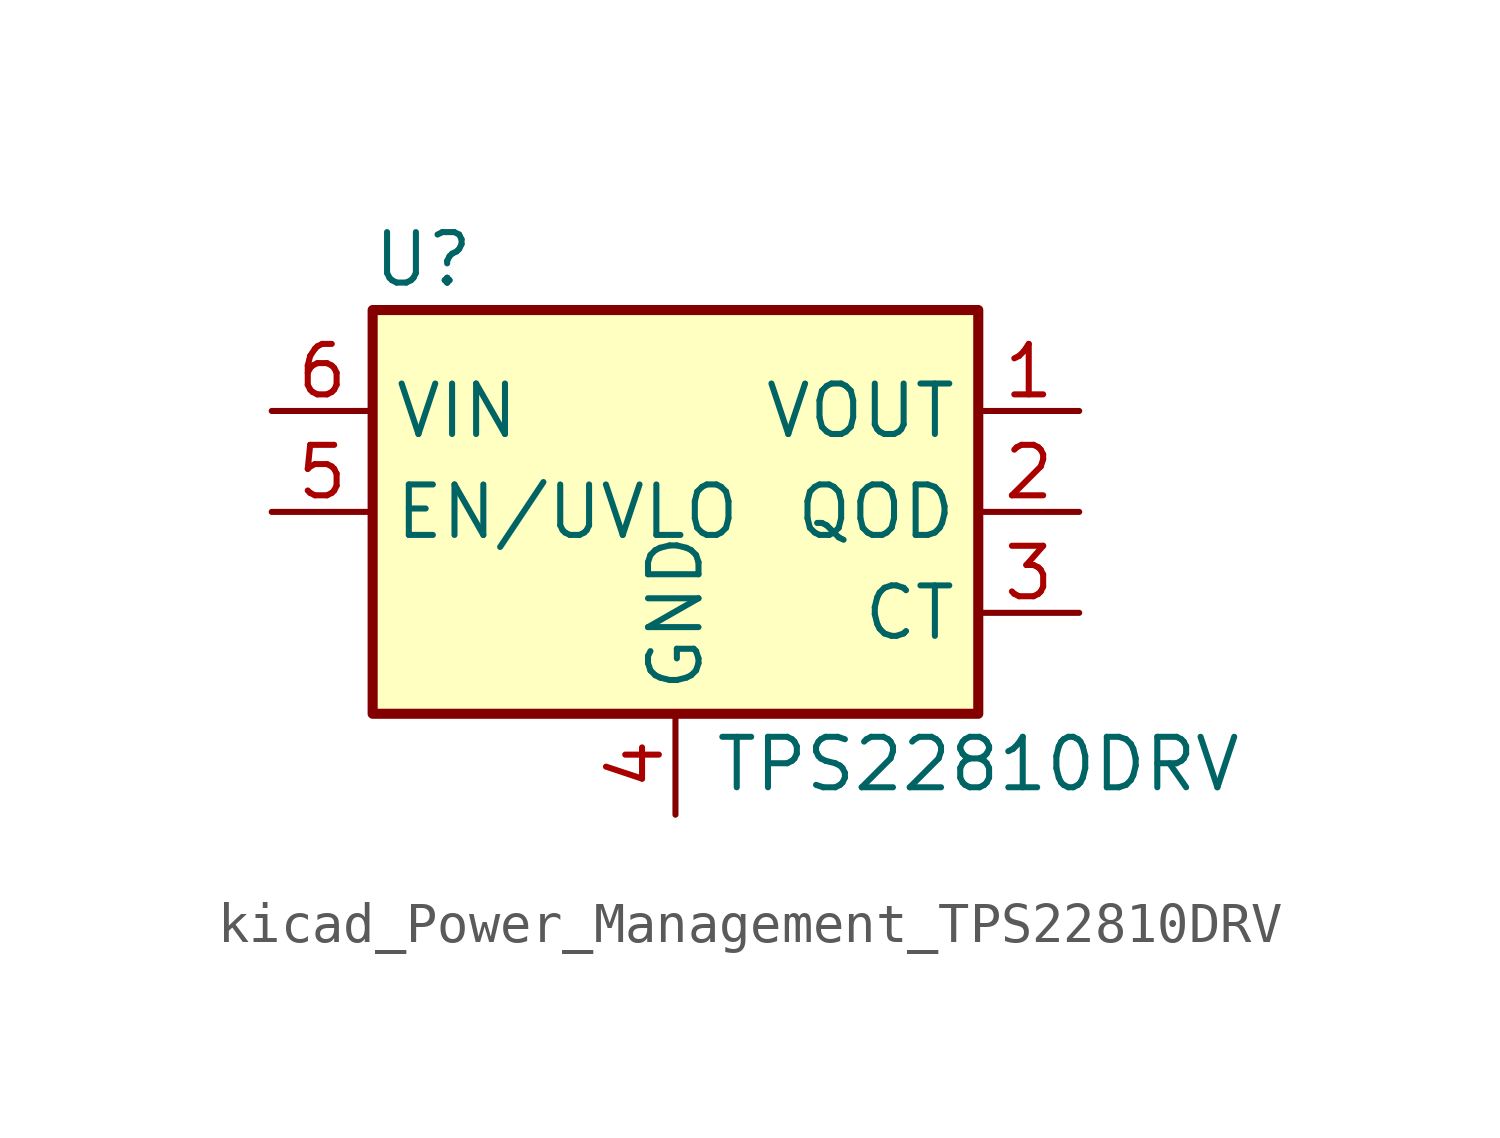
<source format=kicad_sym>
(kicad_symbol_lib
  (version 20220914)
  (generator kicad_symbol_editor)
  (symbol "kicad_Power_Management_TPS22810DRV"
    (property "Reference" "U"
      (at -6.35 6.35 0)
      (effects (font (size 1.27 1.27))))
    (property "Value" "TPS22810DRV"
      (at 7.62 -6.35 0)
      (effects (font (size 1.27 1.27))))
    (symbol "kicad_Power_Management_TPS22810DRV_1_1"
      (rectangle (start -7.62 5.08) (end 7.62 -5.08) (stroke (width 0.254) (type default)) (fill (type background)))
      (pin power_out line (at 10.16 2.54 180) (length 2.54) (name "VOUT" (effects (font (size 1.27 1.27)))) (number "1" (effects (font (size 1.27 1.27)))))
      (pin open_collector line (at 10.16 0 180) (length 2.54) (name "QOD" (effects (font (size 1.27 1.27)))) (number "2" (effects (font (size 1.27 1.27)))))
      (pin output line (at 10.16 -2.54 180) (length 2.54) (name "CT" (effects (font (size 1.27 1.27)))) (number "3" (effects (font (size 1.27 1.27)))))
      (pin power_in line (at 0 -7.62 90) (length 2.54) (name "GND" (effects (font (size 1.27 1.27)))) (number "4" (effects (font (size 1.27 1.27)))))
      (pin input line (at -10.16 0 0) (length 2.54) (name "EN/UVLO" (effects (font (size 1.27 1.27)))) (number "5" (effects (font (size 1.27 1.27)))))
      (pin power_in line (at -10.16 2.54 0) (length 2.54) (name "VIN" (effects (font (size 1.27 1.27)))) (number "6" (effects (font (size 1.27 1.27)))))
      (pin passive line (at 0 -7.62 90) (length 2.54) hide (name "GND" (effects (font (size 1.27 1.27)))) (number "7" (effects (font (size 1.27 1.27))))))))
</source>
